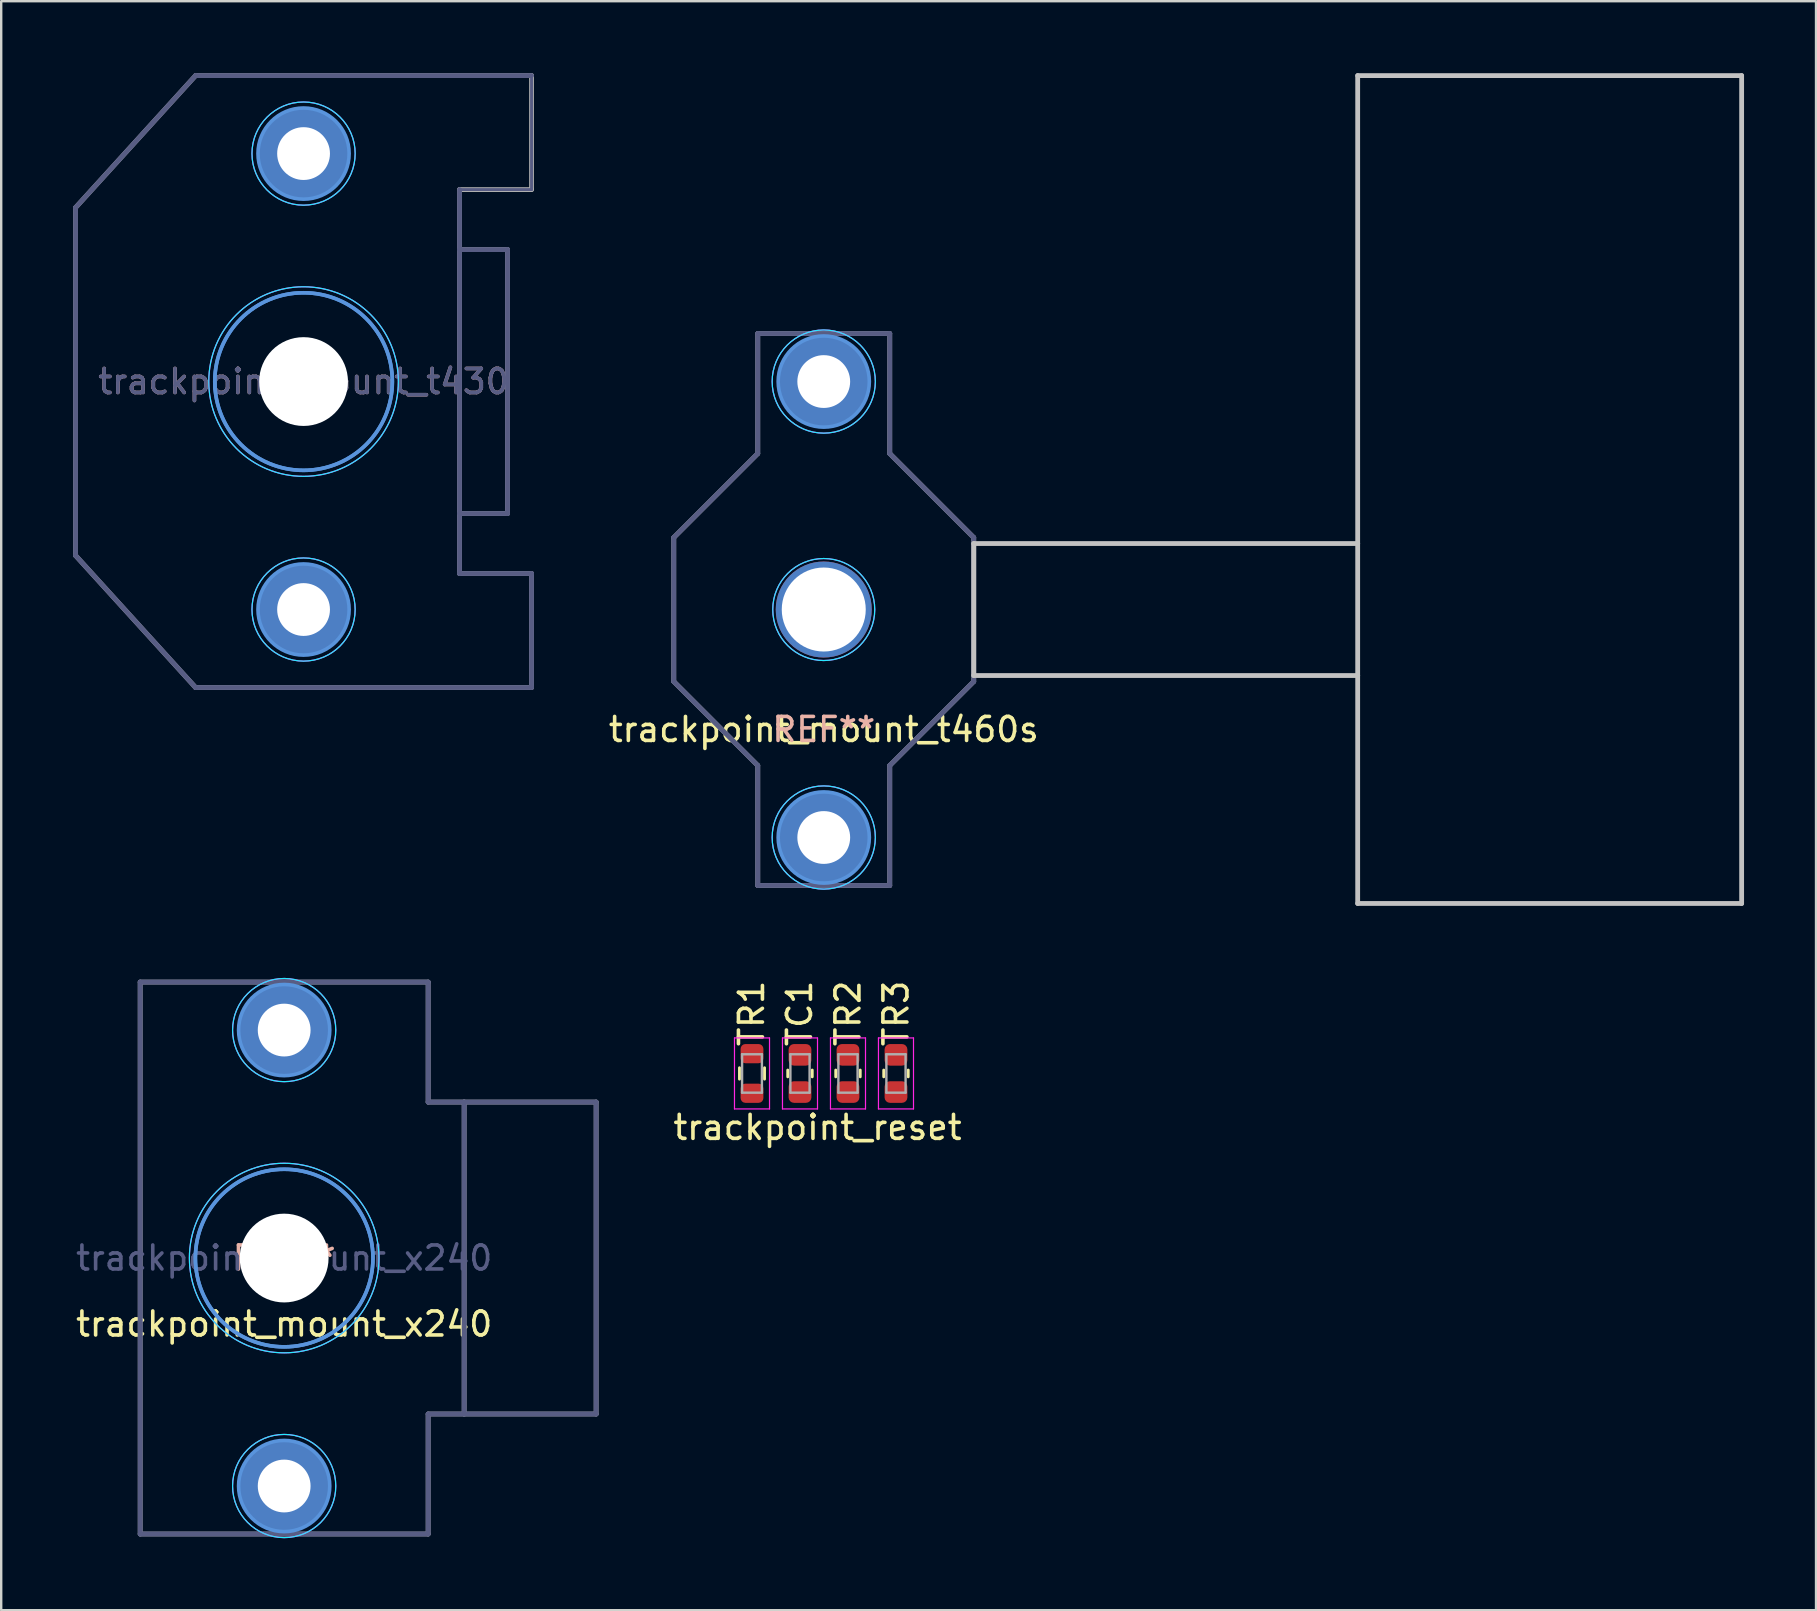
<source format=kicad_pcb>
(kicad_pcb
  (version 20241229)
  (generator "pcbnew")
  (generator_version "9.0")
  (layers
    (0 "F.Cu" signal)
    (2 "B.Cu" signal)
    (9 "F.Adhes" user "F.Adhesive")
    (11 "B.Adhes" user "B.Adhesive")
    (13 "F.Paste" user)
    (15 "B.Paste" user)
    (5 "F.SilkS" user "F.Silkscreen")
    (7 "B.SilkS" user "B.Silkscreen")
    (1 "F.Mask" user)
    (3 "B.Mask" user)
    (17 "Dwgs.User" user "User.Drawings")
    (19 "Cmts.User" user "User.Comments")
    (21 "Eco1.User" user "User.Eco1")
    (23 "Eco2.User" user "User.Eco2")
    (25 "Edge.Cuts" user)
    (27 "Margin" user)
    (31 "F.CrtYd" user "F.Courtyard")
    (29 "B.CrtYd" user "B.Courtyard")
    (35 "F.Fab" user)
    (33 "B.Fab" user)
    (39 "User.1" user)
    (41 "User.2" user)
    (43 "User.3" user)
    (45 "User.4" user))
  (footprint "trackpoint_mount_t430"
    (layer "F.Cu")
    (at 9.6 12.85)
    (property "Reference" "trackpoint_mount_t430" (at 0 0 0) (layer "B.SilkS") (effects (font (size 1 1) (thickness 0.15))))
    (attr through_hole)
    (fp_circle (center 0 -9.5) (end -1.9 -9.5) (stroke (width 0.15) (type solid)) (fill no) (layer "Cmts.User"))
    (fp_circle (center 0 0) (end -3.7 0) (stroke (width 0.15) (type solid)) (fill no) (layer "Cmts.User"))
    (fp_circle (center 0 0) (end -3.7 0) (stroke (width 0.15) (type solid)) (fill no) (layer "Cmts.User"))
    (fp_circle (center 0 9.5) (end -1.9 9.5) (stroke (width 0.15) (type solid)) (fill no) (layer "Cmts.User"))
    (fp_circle (center 0 -9.5) (end -2.15 -9.5) (stroke (width 0.05) (type solid)) (fill no) (layer "B.CrtYd"))
    (fp_circle (center 0 0) (end -3.95 0) (stroke (width 0.05) (type solid)) (fill no) (layer "B.CrtYd"))
    (fp_circle (center 0 9.5) (end -2.15 9.5) (stroke (width 0.05) (type solid)) (fill no) (layer "B.CrtYd"))
    (fp_circle (center 0 -9.5) (end -2.15 -9.5) (stroke (width 0.05) (type solid)) (fill no) (layer "F.CrtYd"))
    (fp_circle (center 0 0) (end -3.95 0) (stroke (width 0.05) (type solid)) (fill no) (layer "F.CrtYd"))
    (fp_circle (center 0 9.5) (end -2.15 9.5) (stroke (width 0.05) (type solid)) (fill no) (layer "F.CrtYd"))
    (fp_line (start -9.5 -7.25) (end -9.5 7.25) (stroke (width 0.2) (type solid)) (layer "B.Fab"))
    (fp_line (start -9.5 -7.25) (end -4.5 -12.75) (stroke (width 0.2) (type solid)) (layer "B.Fab"))
    (fp_line (start -4.5 12.75) (end -9.5 7.25) (stroke (width 0.2) (type solid)) (layer "B.Fab"))
    (fp_line (start 6.5 -8) (end 6.5 8) (stroke (width 0.2) (type solid)) (layer "B.Fab"))
    (fp_line (start 8.5 -5.5) (end 6.5 -5.5) (stroke (width 0.2) (type solid)) (layer "B.Fab"))
    (fp_line (start 8.5 -5.5) (end 8.5 5.5) (stroke (width 0.2) (type solid)) (layer "B.Fab"))
    (fp_line (start 8.5 5.5) (end 6.5 5.5) (stroke (width 0.2) (type solid)) (layer "B.Fab"))
    (fp_line (start 9.5 -12.75) (end -4.5 -12.75) (stroke (width 0.2) (type solid)) (layer "B.Fab"))
    (fp_line (start 9.5 -8) (end 6.5 -8) (stroke (width 0.12) (type solid)) (layer "B.Fab"))
    (fp_line (start 9.5 -8) (end 9.5 -12.75) (stroke (width 0.12) (type solid)) (layer "B.Fab"))
    (fp_line (start 9.5 8) (end 6.5 8) (stroke (width 0.2) (type solid)) (layer "B.Fab"))
    (fp_line (start 9.5 8) (end 9.5 12.75) (stroke (width 0.2) (type solid)) (layer "B.Fab"))
    (fp_line (start 9.5 12.75) (end -4.5 12.75) (stroke (width 0.2) (type solid)) (layer "B.Fab"))
    (fp_line (start -9.5 7.25) (end -9.5 -7.25) (stroke (width 0.2) (type solid)) (layer "F.Fab"))
    (fp_line (start -9.5 7.25) (end -4.5 12.75) (stroke (width 0.2) (type solid)) (layer "F.Fab"))
    (fp_line (start -4.5 -12.75) (end -9.5 -7.25) (stroke (width 0.2) (type solid)) (layer "F.Fab"))
    (fp_line (start 6.5 8) (end 6.5 -8) (stroke (width 0.2) (type solid)) (layer "F.Fab"))
    (fp_line (start 8.5 -5.5) (end 6.5 -5.5) (stroke (width 0.2) (type solid)) (layer "F.Fab"))
    (fp_line (start 8.5 5.5) (end 6.5 5.5) (stroke (width 0.2) (type solid)) (layer "F.Fab"))
    (fp_line (start 8.5 5.5) (end 8.5 -5.5) (stroke (width 0.2) (type solid)) (layer "F.Fab"))
    (fp_line (start 9.5 -12.75) (end -4.5 -12.75) (stroke (width 0.2) (type solid)) (layer "F.Fab"))
    (fp_line (start 9.5 -8) (end 6.5 -8) (stroke (width 0.2) (type solid)) (layer "F.Fab"))
    (fp_line (start 9.5 -8) (end 9.5 -12.75) (stroke (width 0.2) (type solid)) (layer "F.Fab"))
    (fp_line (start 9.5 8) (end 6.5 8) (stroke (width 0.2) (type solid)) (layer "F.Fab"))
    (fp_line (start 9.5 8) (end 9.5 12.75) (stroke (width 0.2) (type solid)) (layer "F.Fab"))
    (fp_line (start 9.5 12.75) (end -4.5 12.75) (stroke (width 0.2) (type solid)) (layer "F.Fab"))
    (fp_text user "${REFERENCE}" (at 0 0 180) (layer "B.Fab") (effects (font (size 1 1) (thickness 0.15))))
    (pad "" thru_hole circle (at 0 -9.5 180) (size 3.8 3.8) (drill 2.2) (layers "*.Cu" "*.Mask"))
    (pad "" np_thru_hole circle (at 0 0 180) (size 3.7 3.7) (drill 3.7) (layers "*.Cu" "*.Mask"))
    (pad "" thru_hole circle (at 0 9.5 180) (size 3.8 3.8) (drill 2.2) (layers "*.Cu" "*.Mask")))
  (footprint "trackpoint_reset"
    (layer "F.Cu")
    (at 31.017 41.682)
    (property "Reference" "trackpoint_reset" (at 0 2.25 0) (layer "F.SilkS") (effects (font (size 1 1) (thickness 0.15))))
    (attr through_hole)
    (fp_line (start -3.252 0.237) (end -3.252 -0.237) (stroke (width 0.12) (type solid)) (layer "F.SilkS"))
    (fp_line (start -2.208 0.237) (end -2.208 -0.237) (stroke (width 0.12) (type solid)) (layer "F.SilkS"))
    (fp_line (start -1.24 0.141) (end -1.24 -0.141) (stroke (width 0.12) (type solid)) (layer "F.SilkS"))
    (fp_line (start -0.22 0.141) (end -0.22 -0.141) (stroke (width 0.12) (type solid)) (layer "F.SilkS"))
    (fp_line (start 0.76 0.141) (end 0.76 -0.141) (stroke (width 0.12) (type solid)) (layer "F.SilkS"))
    (fp_line (start 1.78 0.141) (end 1.78 -0.141) (stroke (width 0.12) (type solid)) (layer "F.SilkS"))
    (fp_line (start 2.76 0.141) (end 2.76 -0.141) (stroke (width 0.12) (type solid)) (layer "F.SilkS"))
    (fp_line (start 3.78 0.141) (end 3.78 -0.141) (stroke (width 0.12) (type solid)) (layer "F.SilkS"))
    (fp_line (start -3.46 -1.48) (end -2 -1.48) (stroke (width 0.05) (type solid)) (layer "F.CrtYd"))
    (fp_line (start -3.46 1.48) (end -3.46 -1.48) (stroke (width 0.05) (type solid)) (layer "F.CrtYd"))
    (fp_line (start -2 -1.48) (end -2 1.48) (stroke (width 0.05) (type solid)) (layer "F.CrtYd"))
    (fp_line (start -2 1.48) (end -3.46 1.48) (stroke (width 0.05) (type solid)) (layer "F.CrtYd"))
    (fp_line (start -1.46 -1.48) (end 0 -1.48) (stroke (width 0.05) (type solid)) (layer "F.CrtYd"))
    (fp_line (start -1.46 1.48) (end -1.46 -1.48) (stroke (width 0.05) (type solid)) (layer "F.CrtYd"))
    (fp_line (start 0 -1.48) (end 0 1.48) (stroke (width 0.05) (type solid)) (layer "F.CrtYd"))
    (fp_line (start 0 1.48) (end -1.46 1.48) (stroke (width 0.05) (type solid)) (layer "F.CrtYd"))
    (fp_line (start 0.54 -1.48) (end 2 -1.48) (stroke (width 0.05) (type solid)) (layer "F.CrtYd"))
    (fp_line (start 0.54 1.48) (end 0.54 -1.48) (stroke (width 0.05) (type solid)) (layer "F.CrtYd"))
    (fp_line (start 2 -1.48) (end 2 1.48) (stroke (width 0.05) (type solid)) (layer "F.CrtYd"))
    (fp_line (start 2 1.48) (end 0.54 1.48) (stroke (width 0.05) (type solid)) (layer "F.CrtYd"))
    (fp_line (start 2.54 -1.48) (end 4 -1.48) (stroke (width 0.05) (type solid)) (layer "F.CrtYd"))
    (fp_line (start 2.54 1.48) (end 2.54 -1.48) (stroke (width 0.05) (type solid)) (layer "F.CrtYd"))
    (fp_line (start 4 -1.48) (end 4 1.48) (stroke (width 0.05) (type solid)) (layer "F.CrtYd"))
    (fp_line (start 4 1.48) (end 2.54 1.48) (stroke (width 0.05) (type solid)) (layer "F.CrtYd"))
    (fp_line (start -3.143 -0.8) (end -2.317 -0.8) (stroke (width 0.1) (type solid)) (layer "F.Fab"))
    (fp_line (start -3.143 0.8) (end -3.143 -0.8) (stroke (width 0.1) (type solid)) (layer "F.Fab"))
    (fp_line (start -2.317 -0.8) (end -2.317 0.8) (stroke (width 0.1) (type solid)) (layer "F.Fab"))
    (fp_line (start -2.317 0.8) (end -3.143 0.8) (stroke (width 0.1) (type solid)) (layer "F.Fab"))
    (fp_line (start -1.13 -0.8) (end -0.33 -0.8) (stroke (width 0.1) (type solid)) (layer "F.Fab"))
    (fp_line (start -1.13 0.8) (end -1.13 -0.8) (stroke (width 0.1) (type solid)) (layer "F.Fab"))
    (fp_line (start -0.33 -0.8) (end -0.33 0.8) (stroke (width 0.1) (type solid)) (layer "F.Fab"))
    (fp_line (start -0.33 0.8) (end -1.13 0.8) (stroke (width 0.1) (type solid)) (layer "F.Fab"))
    (fp_line (start 0.87 -0.8) (end 1.67 -0.8) (stroke (width 0.1) (type solid)) (layer "F.Fab"))
    (fp_line (start 0.87 0.8) (end 0.87 -0.8) (stroke (width 0.1) (type solid)) (layer "F.Fab"))
    (fp_line (start 1.67 -0.8) (end 1.67 0.8) (stroke (width 0.1) (type solid)) (layer "F.Fab"))
    (fp_line (start 1.67 0.8) (end 0.87 0.8) (stroke (width 0.1) (type solid)) (layer "F.Fab"))
    (fp_line (start 2.87 -0.8) (end 3.67 -0.8) (stroke (width 0.1) (type solid)) (layer "F.Fab"))
    (fp_line (start 2.87 0.8) (end 2.87 -0.8) (stroke (width 0.1) (type solid)) (layer "F.Fab"))
    (fp_line (start 3.67 -0.8) (end 3.67 0.8) (stroke (width 0.1) (type solid)) (layer "F.Fab"))
    (fp_line (start 3.67 0.8) (end 2.87 0.8) (stroke (width 0.1) (type solid)) (layer "F.Fab"))
    (fp_text user "TR1" (at -2.75 -2.5 90) (layer "F.SilkS") (effects (font (size 1 1) (thickness 0.15))))
    (fp_text user "TR2" (at 1.27 -2.5 90) (layer "F.SilkS") (effects (font (size 1 1) (thickness 0.15))))
    (fp_text user "TC1" (at -0.75 -2.5 90) (layer "F.SilkS") (effects (font (size 1 1) (thickness 0.15))))
    (fp_text user "TR3" (at 3.27 -2.5 90) (layer "F.SilkS") (effects (font (size 1 1) (thickness 0.15))))
    (pad "1" smd roundrect (at -2.73 0.825 90) (size 0.8 0.95) (layers "F.Cu" "F.Mask" "F.Paste") (roundrect_rratio 0.25))
    (pad "2" smd roundrect (at -2.73 -0.825 90) (size 0.8 0.95) (layers "F.Cu" "F.Mask" "F.Paste") (roundrect_rratio 0.25))
    (pad "3" smd roundrect (at -0.73 0.775 90) (size 0.9 0.95) (layers "F.Cu" "F.Mask" "F.Paste") (roundrect_rratio 0.25))
    (pad "4" smd roundrect (at -0.73 -0.775 90) (size 0.9 0.95) (layers "F.Cu" "F.Mask" "F.Paste") (roundrect_rratio 0.25))
    (pad "5" smd roundrect (at 1.27 0.775 90) (size 0.9 0.95) (layers "F.Cu" "F.Mask" "F.Paste") (roundrect_rratio 0.25))
    (pad "6" smd roundrect (at 1.27 -0.775 90) (size 0.9 0.95) (layers "F.Cu" "F.Mask" "F.Paste") (roundrect_rratio 0.25))
    (pad "7" smd roundrect (at 3.27 0.775 90) (size 0.9 0.95) (layers "F.Cu" "F.Mask" "F.Paste") (roundrect_rratio 0.25))
    (pad "8" smd roundrect (at 3.27 -0.775 90) (size 0.9 0.95) (layers "F.Cu" "F.Mask" "F.Paste") (roundrect_rratio 0.25)))
  (footprint "trackpoint_mount_x240"
    (layer "F.Cu")
    (at 8.792 49.375)
    (property "Reference" "trackpoint_mount_x240" (at 0 2.75 0) (layer "F.SilkS") (effects (font (size 1 1) (thickness 0.15))))
    (attr through_hole)
    (fp_circle (center 0 -9.5) (end -1.9 -9.5) (stroke (width 0.15) (type solid)) (fill no) (layer "Cmts.User"))
    (fp_circle (center 0 0) (end -3.7 0) (stroke (width 0.15) (type solid)) (fill no) (layer "Cmts.User"))
    (fp_circle (center 0 0) (end -3.7 0) (stroke (width 0.15) (type solid)) (fill no) (layer "Cmts.User"))
    (fp_circle (center 0 9.5) (end -1.9 9.5) (stroke (width 0.15) (type solid)) (fill no) (layer "Cmts.User"))
    (fp_circle (center 0 -9.5) (end -2.15 -9.5) (stroke (width 0.05) (type solid)) (fill no) (layer "B.CrtYd"))
    (fp_circle (center 0 0) (end -3.95 0) (stroke (width 0.05) (type solid)) (fill no) (layer "B.CrtYd"))
    (fp_circle (center 0 9.5) (end -2.15 9.5) (stroke (width 0.05) (type solid)) (fill no) (layer "B.CrtYd"))
    (fp_circle (center 0 -9.5) (end -2.15 -9.5) (stroke (width 0.05) (type solid)) (fill no) (layer "F.CrtYd"))
    (fp_circle (center 0 0) (end -3.95 0) (stroke (width 0.05) (type solid)) (fill no) (layer "F.CrtYd"))
    (fp_circle (center 0 9.5) (end -2.15 9.5) (stroke (width 0.05) (type solid)) (fill no) (layer "F.CrtYd"))
    (fp_line (start -6 -11.5) (end -6 11.5) (stroke (width 0.2) (type solid)) (layer "B.Fab"))
    (fp_line (start 6 -11.5) (end -6 -11.5) (stroke (width 0.2) (type solid)) (layer "B.Fab"))
    (fp_line (start 6 -6.5) (end 6 -11.5) (stroke (width 0.2) (type solid)) (layer "B.Fab"))
    (fp_line (start 6 11.5) (end -6 11.5) (stroke (width 0.2) (type solid)) (layer "B.Fab"))
    (fp_line (start 6 11.5) (end 6 6.5) (stroke (width 0.2) (type solid)) (layer "B.Fab"))
    (fp_line (start 7.5 -6.5) (end 6 -6.5) (stroke (width 0.2) (type solid)) (layer "B.Fab"))
    (fp_line (start 7.5 -6.5) (end 7.5 6.5) (stroke (width 0.2) (type solid)) (layer "B.Fab"))
    (fp_line (start 7.5 6.5) (end 6 6.5) (stroke (width 0.2) (type solid)) (layer "B.Fab"))
    (fp_line (start 13 -6.5) (end 7.5 -6.5) (stroke (width 0.2) (type solid)) (layer "B.Fab"))
    (fp_line (start 13 -6.5) (end 13 6.5) (stroke (width 0.2) (type solid)) (layer "B.Fab"))
    (fp_line (start 13 6.5) (end 7.5 6.5) (stroke (width 0.2) (type solid)) (layer "B.Fab"))
    (fp_line (start -6 11.5) (end -6 -11.5) (stroke (width 0.2) (type solid)) (layer "F.Fab"))
    (fp_line (start 6 -11.5) (end -6 -11.5) (stroke (width 0.2) (type solid)) (layer "F.Fab"))
    (fp_line (start 6 -11.5) (end 6 -6.5) (stroke (width 0.2) (type solid)) (layer "F.Fab"))
    (fp_line (start 6 6.5) (end 6 11.5) (stroke (width 0.2) (type solid)) (layer "F.Fab"))
    (fp_line (start 6 11.5) (end -6 11.5) (stroke (width 0.2) (type solid)) (layer "F.Fab"))
    (fp_line (start 7.5 -6.5) (end 6 -6.5) (stroke (width 0.2) (type solid)) (layer "F.Fab"))
    (fp_line (start 7.5 6.5) (end 6 6.5) (stroke (width 0.2) (type solid)) (layer "F.Fab"))
    (fp_line (start 7.5 6.5) (end 7.5 -6.5) (stroke (width 0.2) (type solid)) (layer "F.Fab"))
    (fp_line (start 13 -6.5) (end 7.5 -6.5) (stroke (width 0.2) (type solid)) (layer "F.Fab"))
    (fp_line (start 13 6.5) (end 7.5 6.5) (stroke (width 0.2) (type solid)) (layer "F.Fab"))
    (fp_line (start 13 6.5) (end 13 -6.5) (stroke (width 0.2) (type solid)) (layer "F.Fab"))
    (fp_text user "REF**" (at 0 0 0) (layer "B.SilkS") (effects (font (size 1 1) (thickness 0.15))))
    (fp_text user "${REFERENCE}" (at 0 0 180) (layer "B.Fab") (effects (font (size 1 1) (thickness 0.15))))
    (pad "" thru_hole circle (at 0 -9.5 180) (size 3.8 3.8) (drill 2.2) (layers "*.Cu" "*.Mask"))
    (pad "" np_thru_hole circle (at 0 0 180) (size 3.7 3.7) (drill 3.7) (layers "*.Cu" "*.Mask"))
    (pad "" thru_hole circle (at 0 9.5 180) (size 3.8 3.8) (drill 2.2) (layers "*.Cu" "*.Mask")))
  (footprint "trackpoint_mount_t460s"
    (layer "F.Cu")
    (at 31.277 22.35)
    (property "Reference" "trackpoint_mount_t460s" (at 0 5 0) (layer "F.SilkS") (effects (font (size 1 1) (thickness 0.15))))
    (attr through_hole)
    (fp_line (start 6.25 -2.75) (end 6.25 2.75) (stroke (width 0.2) (type solid)) (layer "Dwgs.User"))
    (fp_line (start 22.25 -22.25) (end 22.25 -2.75) (stroke (width 0.2) (type solid)) (layer "Dwgs.User"))
    (fp_line (start 22.25 -2.75) (end 6.25 -2.75) (stroke (width 0.2) (type solid)) (layer "Dwgs.User"))
    (fp_line (start 22.25 -2.75) (end 22.25 2.75) (stroke (width 0.2) (type solid)) (layer "Dwgs.User"))
    (fp_line (start 22.25 2.75) (end 6.25 2.75) (stroke (width 0.2) (type solid)) (layer "Dwgs.User"))
    (fp_line (start 22.25 2.75) (end 22.25 12.25) (stroke (width 0.2) (type solid)) (layer "Dwgs.User"))
    (fp_line (start 38.25 -22.25) (end 22.25 -22.25) (stroke (width 0.2) (type solid)) (layer "Dwgs.User"))
    (fp_line (start 38.25 -22.25) (end 38.25 12.25) (stroke (width 0.2) (type solid)) (layer "Dwgs.User"))
    (fp_line (start 38.25 12.25) (end 22.25 12.25) (stroke (width 0.2) (type solid)) (layer "Dwgs.User"))
    (fp_circle (center 0 -9.5) (end -1.9 -9.5) (stroke (width 0.15) (type solid)) (fill no) (layer "Cmts.User"))
    (fp_circle (center 0 9.5) (end -1.9 9.5) (stroke (width 0.15) (type solid)) (fill no) (layer "Cmts.User"))
    (fp_circle (center 0 -9.5) (end -2.15 -9.5) (stroke (width 0.05) (type solid)) (fill no) (layer "B.CrtYd"))
    (fp_circle (center 0 0) (end 2.125 0) (stroke (width 0.05) (type solid)) (fill no) (layer "B.CrtYd"))
    (fp_circle (center 0 9.5) (end -2.15 9.5) (stroke (width 0.05) (type solid)) (fill no) (layer "B.CrtYd"))
    (fp_circle (center 0 -9.5) (end -2.15 -9.5) (stroke (width 0.05) (type solid)) (fill no) (layer "F.CrtYd"))
    (fp_circle (center 0 0) (end 2.125 0) (stroke (width 0.05) (type solid)) (fill no) (layer "F.CrtYd"))
    (fp_circle (center 0 9.5) (end -2.15 9.5) (stroke (width 0.05) (type solid)) (fill no) (layer "F.CrtYd"))
    (fp_line (start -6.25 -3) (end -2.75 -6.5) (stroke (width 0.2) (type solid)) (layer "B.Fab"))
    (fp_line (start -6.25 3) (end -6.25 -3) (stroke (width 0.2) (type solid)) (layer "B.Fab"))
    (fp_line (start -2.75 -11.5) (end -2.75 -6.5) (stroke (width 0.2) (type solid)) (layer "B.Fab"))
    (fp_line (start -2.75 6.5) (end -6.25 3) (stroke (width 0.2) (type solid)) (layer "B.Fab"))
    (fp_line (start -2.75 6.5) (end -2.75 11.5) (stroke (width 0.2) (type solid)) (layer "B.Fab"))
    (fp_line (start 2.75 -11.5) (end -2.75 -11.5) (stroke (width 0.2) (type solid)) (layer "B.Fab"))
    (fp_line (start 2.75 -11.5) (end 2.75 -6.5) (stroke (width 0.2) (type solid)) (layer "B.Fab"))
    (fp_line (start 2.75 6.5) (end 2.75 11.5) (stroke (width 0.2) (type solid)) (layer "B.Fab"))
    (fp_line (start 2.75 6.5) (end 6.25 3) (stroke (width 0.2) (type solid)) (layer "B.Fab"))
    (fp_line (start 2.75 11.5) (end -2.75 11.5) (stroke (width 0.2) (type solid)) (layer "B.Fab"))
    (fp_line (start 6.25 -3) (end 2.75 -6.5) (stroke (width 0.2) (type solid)) (layer "B.Fab"))
    (fp_line (start 6.25 3) (end 6.25 -3) (stroke (width 0.2) (type solid)) (layer "B.Fab"))
    (fp_line (start -6.25 -3) (end -2.75 -6.5) (stroke (width 0.2) (type solid)) (layer "F.Fab"))
    (fp_line (start -6.25 3) (end -6.25 -3) (stroke (width 0.2) (type solid)) (layer "F.Fab"))
    (fp_line (start -2.75 -11.5) (end -2.75 -6.5) (stroke (width 0.2) (type solid)) (layer "F.Fab"))
    (fp_line (start -2.75 6.5) (end -6.25 3) (stroke (width 0.2) (type solid)) (layer "F.Fab"))
    (fp_line (start -2.75 6.5) (end -2.75 11.5) (stroke (width 0.2) (type solid)) (layer "F.Fab"))
    (fp_line (start 2.75 -11.5) (end -2.75 -11.5) (stroke (width 0.2) (type solid)) (layer "F.Fab"))
    (fp_line (start 2.75 -11.5) (end 2.75 -6.5) (stroke (width 0.2) (type solid)) (layer "F.Fab"))
    (fp_line (start 2.75 6.5) (end 2.75 11.5) (stroke (width 0.2) (type solid)) (layer "F.Fab"))
    (fp_line (start 2.75 6.5) (end 6.25 3) (stroke (width 0.2) (type solid)) (layer "F.Fab"))
    (fp_line (start 2.75 11.5) (end -2.75 11.5) (stroke (width 0.2) (type solid)) (layer "F.Fab"))
    (fp_line (start 6.25 -3) (end 2.75 -6.5) (stroke (width 0.2) (type solid)) (layer "F.Fab"))
    (fp_line (start 6.25 3) (end 6.25 -3) (stroke (width 0.2) (type solid)) (layer "F.Fab"))
    (fp_text user "REF**" (at 0 5 0) (layer "B.SilkS") (effects (font (size 1 1) (thickness 0.15))))
    (pad "" thru_hole circle (at 0 -9.5 180) (size 3.8 3.8) (drill 2.2) (layers "*.Cu" "*.Mask"))
    (pad "" np_thru_hole circle (at 0 0 180) (size 4 4) (drill 3.5) (layers "*.Cu" "*.Mask"))
    (pad "" thru_hole circle (at 0 9.5 180) (size 3.8 3.8) (drill 2.2) (layers "*.Cu" "*.Mask")))
  (gr_rect
    (start -3 -3)
    (end 72.627 64.05)
    (stroke (width 0.1) (type default))
    (fill no)
    (layer "Edge.Cuts")))
</source>
